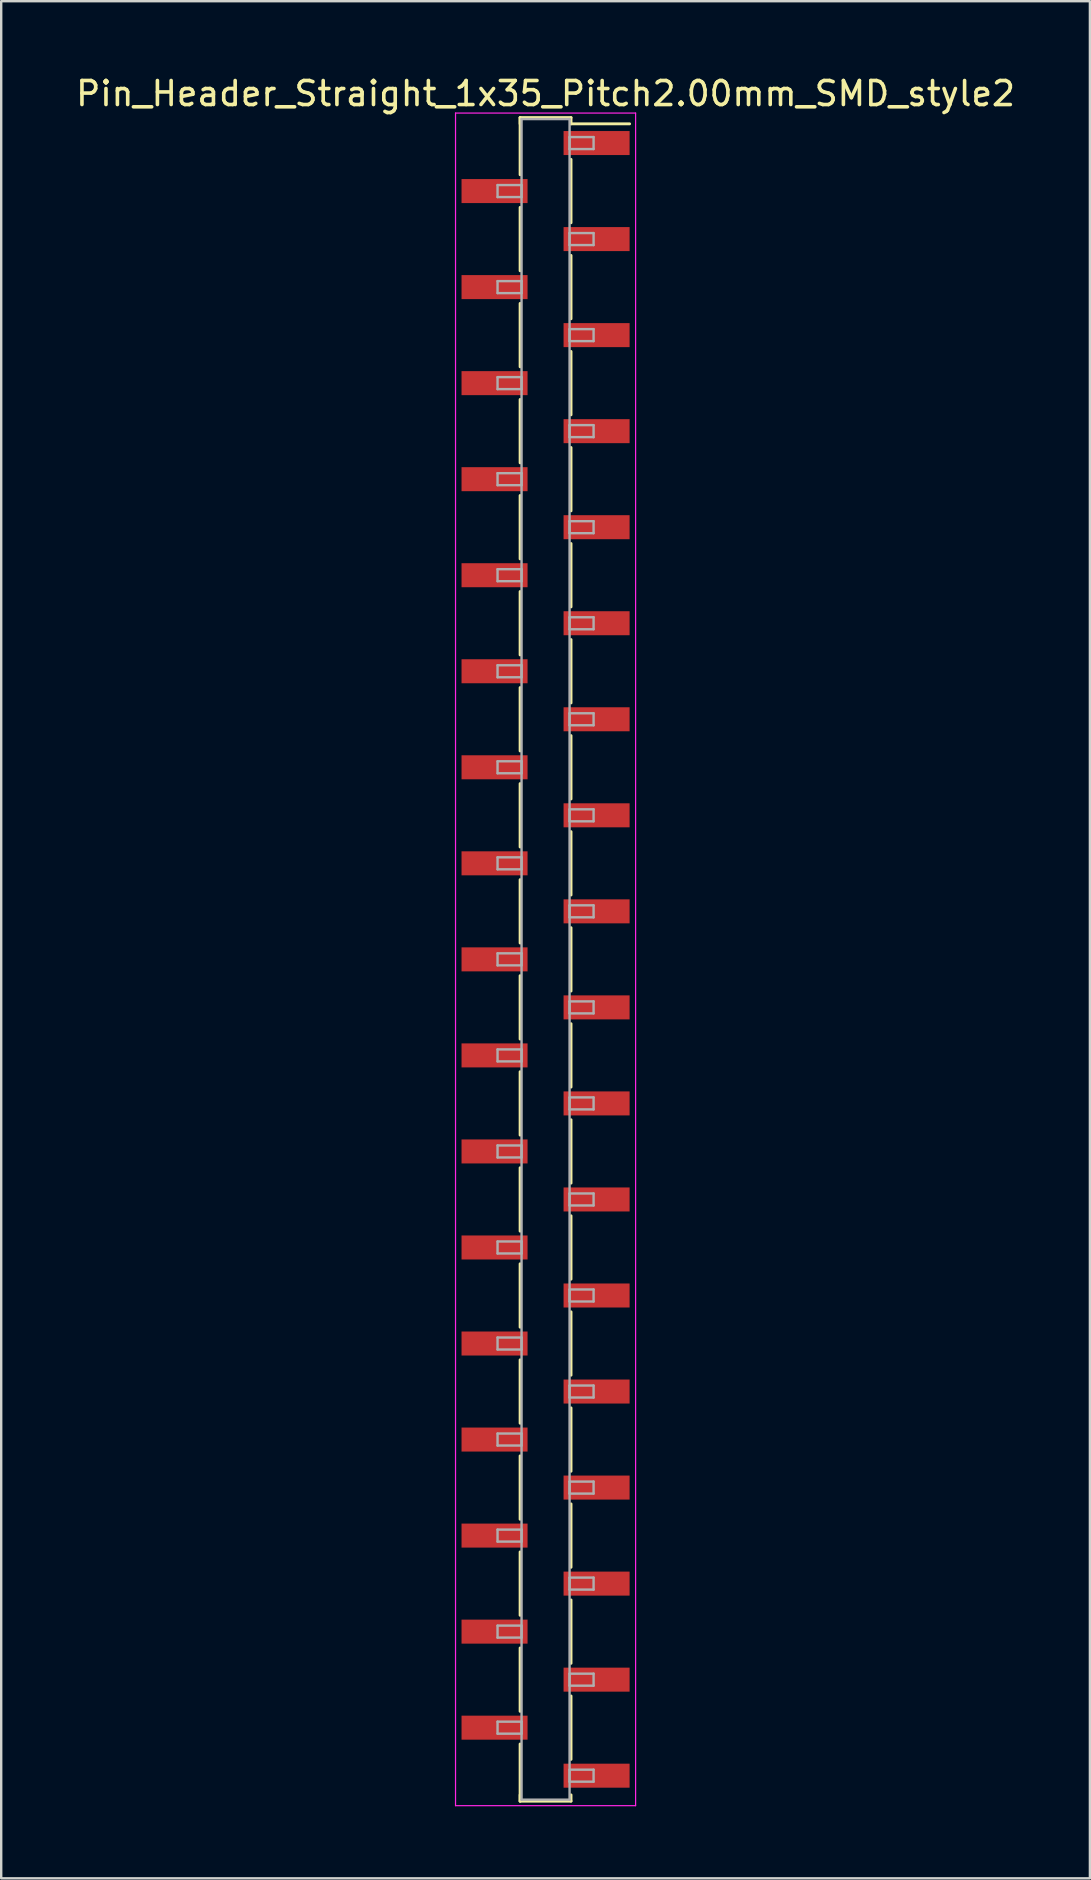
<source format=kicad_pcb>
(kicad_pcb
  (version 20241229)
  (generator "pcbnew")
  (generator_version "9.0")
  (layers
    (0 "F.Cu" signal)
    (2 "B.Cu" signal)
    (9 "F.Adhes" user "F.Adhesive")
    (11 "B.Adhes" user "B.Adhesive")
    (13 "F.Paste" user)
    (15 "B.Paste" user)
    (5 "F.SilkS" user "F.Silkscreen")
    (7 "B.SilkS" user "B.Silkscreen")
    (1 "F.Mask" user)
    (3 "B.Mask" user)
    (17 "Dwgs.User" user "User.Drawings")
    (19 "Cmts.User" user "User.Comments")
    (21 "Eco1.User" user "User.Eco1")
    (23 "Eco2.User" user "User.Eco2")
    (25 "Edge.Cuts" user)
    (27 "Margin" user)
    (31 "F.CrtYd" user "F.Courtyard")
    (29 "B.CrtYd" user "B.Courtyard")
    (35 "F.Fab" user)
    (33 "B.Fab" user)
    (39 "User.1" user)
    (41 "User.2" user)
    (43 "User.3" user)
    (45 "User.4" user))
  (footprint "Pin_Header_Straight_1x35_Pitch2.00mm_SMD_style2"
    (layer "F.Cu")
    (at 19.673 36.908)
    (property "Reference" "Pin_Header_Straight_1x35_Pitch2.00mm_SMD_style2" (at 0 -36.06 0) (layer "F.SilkS") (effects (font (size 1 1) (thickness 0.15))))
    (attr smd)
    (fp_line (start -1.06 -35.06) (end -1.06 -32.68) (stroke (width 0.12) (type solid)) (layer "F.SilkS"))
    (fp_line (start -1.06 -35.06) (end 1.06 -35.06) (stroke (width 0.12) (type solid)) (layer "F.SilkS"))
    (fp_line (start -1.06 -34.8) (end -1.06 -35.06) (stroke (width 0.12) (type solid)) (layer "F.SilkS"))
    (fp_line (start -1.06 -31.32) (end -1.06 -28.68) (stroke (width 0.12) (type solid)) (layer "F.SilkS"))
    (fp_line (start -1.06 -27.32) (end -1.06 -24.68) (stroke (width 0.12) (type solid)) (layer "F.SilkS"))
    (fp_line (start -1.06 -23.32) (end -1.06 -20.68) (stroke (width 0.12) (type solid)) (layer "F.SilkS"))
    (fp_line (start -1.06 -19.32) (end -1.06 -16.68) (stroke (width 0.12) (type solid)) (layer "F.SilkS"))
    (fp_line (start -1.06 -15.32) (end -1.06 -12.68) (stroke (width 0.12) (type solid)) (layer "F.SilkS"))
    (fp_line (start -1.06 -11.32) (end -1.06 -8.68) (stroke (width 0.12) (type solid)) (layer "F.SilkS"))
    (fp_line (start -1.06 -7.32) (end -1.06 -4.68) (stroke (width 0.12) (type solid)) (layer "F.SilkS"))
    (fp_line (start -1.06 -3.32) (end -1.06 -0.68) (stroke (width 0.12) (type solid)) (layer "F.SilkS"))
    (fp_line (start -1.06 0.68) (end -1.06 3.32) (stroke (width 0.12) (type solid)) (layer "F.SilkS"))
    (fp_line (start -1.06 4.68) (end -1.06 7.32) (stroke (width 0.12) (type solid)) (layer "F.SilkS"))
    (fp_line (start -1.06 8.68) (end -1.06 11.32) (stroke (width 0.12) (type solid)) (layer "F.SilkS"))
    (fp_line (start -1.06 12.68) (end -1.06 15.32) (stroke (width 0.12) (type solid)) (layer "F.SilkS"))
    (fp_line (start -1.06 16.68) (end -1.06 19.32) (stroke (width 0.12) (type solid)) (layer "F.SilkS"))
    (fp_line (start -1.06 20.68) (end -1.06 23.32) (stroke (width 0.12) (type solid)) (layer "F.SilkS"))
    (fp_line (start -1.06 24.68) (end -1.06 27.32) (stroke (width 0.12) (type solid)) (layer "F.SilkS"))
    (fp_line (start -1.06 28.68) (end -1.06 31.32) (stroke (width 0.12) (type solid)) (layer "F.SilkS"))
    (fp_line (start -1.06 32.68) (end -1.06 35.06) (stroke (width 0.12) (type solid)) (layer "F.SilkS"))
    (fp_line (start -1.06 34.8) (end -1.06 35.06) (stroke (width 0.12) (type solid)) (layer "F.SilkS"))
    (fp_line (start -1.06 35.06) (end 1.06 35.06) (stroke (width 0.12) (type solid)) (layer "F.SilkS"))
    (fp_line (start 1.06 -35.06) (end 1.06 -34.8) (stroke (width 0.12) (type solid)) (layer "F.SilkS"))
    (fp_line (start 1.06 -34.8) (end 3.5 -34.8) (stroke (width 0.12) (type solid)) (layer "F.SilkS"))
    (fp_line (start 1.06 -33.32) (end 1.06 -30.68) (stroke (width 0.12) (type solid)) (layer "F.SilkS"))
    (fp_line (start 1.06 -29.32) (end 1.06 -26.68) (stroke (width 0.12) (type solid)) (layer "F.SilkS"))
    (fp_line (start 1.06 -25.32) (end 1.06 -22.68) (stroke (width 0.12) (type solid)) (layer "F.SilkS"))
    (fp_line (start 1.06 -21.32) (end 1.06 -18.68) (stroke (width 0.12) (type solid)) (layer "F.SilkS"))
    (fp_line (start 1.06 -17.32) (end 1.06 -14.68) (stroke (width 0.12) (type solid)) (layer "F.SilkS"))
    (fp_line (start 1.06 -13.32) (end 1.06 -10.68) (stroke (width 0.12) (type solid)) (layer "F.SilkS"))
    (fp_line (start 1.06 -9.32) (end 1.06 -6.68) (stroke (width 0.12) (type solid)) (layer "F.SilkS"))
    (fp_line (start 1.06 -5.32) (end 1.06 -2.68) (stroke (width 0.12) (type solid)) (layer "F.SilkS"))
    (fp_line (start 1.06 -1.32) (end 1.06 1.32) (stroke (width 0.12) (type solid)) (layer "F.SilkS"))
    (fp_line (start 1.06 2.68) (end 1.06 5.32) (stroke (width 0.12) (type solid)) (layer "F.SilkS"))
    (fp_line (start 1.06 6.68) (end 1.06 9.32) (stroke (width 0.12) (type solid)) (layer "F.SilkS"))
    (fp_line (start 1.06 10.68) (end 1.06 13.32) (stroke (width 0.12) (type solid)) (layer "F.SilkS"))
    (fp_line (start 1.06 14.68) (end 1.06 17.32) (stroke (width 0.12) (type solid)) (layer "F.SilkS"))
    (fp_line (start 1.06 18.68) (end 1.06 21.32) (stroke (width 0.12) (type solid)) (layer "F.SilkS"))
    (fp_line (start 1.06 22.68) (end 1.06 25.32) (stroke (width 0.12) (type solid)) (layer "F.SilkS"))
    (fp_line (start 1.06 26.68) (end 1.06 29.32) (stroke (width 0.12) (type solid)) (layer "F.SilkS"))
    (fp_line (start 1.06 30.68) (end 1.06 33.32) (stroke (width 0.12) (type solid)) (layer "F.SilkS"))
    (fp_line (start 1.06 35.06) (end 1.06 34.8) (stroke (width 0.12) (type solid)) (layer "F.SilkS"))
    (fp_line (start -3.75 -35.25) (end -3.75 35.25) (stroke (width 0.05) (type solid)) (layer "F.CrtYd"))
    (fp_line (start -3.75 35.25) (end 3.75 35.25) (stroke (width 0.05) (type solid)) (layer "F.CrtYd"))
    (fp_line (start 3.75 -35.25) (end -3.75 -35.25) (stroke (width 0.05) (type solid)) (layer "F.CrtYd"))
    (fp_line (start 3.75 35.25) (end 3.75 -35.25) (stroke (width 0.05) (type solid)) (layer "F.CrtYd"))
    (fp_line (start -2 -32.25) (end -1 -32.25) (stroke (width 0.1) (type solid)) (layer "F.Fab"))
    (fp_line (start -2 -31.75) (end -2 -32.25) (stroke (width 0.1) (type solid)) (layer "F.Fab"))
    (fp_line (start -2 -28.25) (end -1 -28.25) (stroke (width 0.1) (type solid)) (layer "F.Fab"))
    (fp_line (start -2 -27.75) (end -2 -28.25) (stroke (width 0.1) (type solid)) (layer "F.Fab"))
    (fp_line (start -2 -24.25) (end -1 -24.25) (stroke (width 0.1) (type solid)) (layer "F.Fab"))
    (fp_line (start -2 -23.75) (end -2 -24.25) (stroke (width 0.1) (type solid)) (layer "F.Fab"))
    (fp_line (start -2 -20.25) (end -1 -20.25) (stroke (width 0.1) (type solid)) (layer "F.Fab"))
    (fp_line (start -2 -19.75) (end -2 -20.25) (stroke (width 0.1) (type solid)) (layer "F.Fab"))
    (fp_line (start -2 -16.25) (end -1 -16.25) (stroke (width 0.1) (type solid)) (layer "F.Fab"))
    (fp_line (start -2 -15.75) (end -2 -16.25) (stroke (width 0.1) (type solid)) (layer "F.Fab"))
    (fp_line (start -2 -12.25) (end -1 -12.25) (stroke (width 0.1) (type solid)) (layer "F.Fab"))
    (fp_line (start -2 -11.75) (end -2 -12.25) (stroke (width 0.1) (type solid)) (layer "F.Fab"))
    (fp_line (start -2 -8.25) (end -1 -8.25) (stroke (width 0.1) (type solid)) (layer "F.Fab"))
    (fp_line (start -2 -7.75) (end -2 -8.25) (stroke (width 0.1) (type solid)) (layer "F.Fab"))
    (fp_line (start -2 -4.25) (end -1 -4.25) (stroke (width 0.1) (type solid)) (layer "F.Fab"))
    (fp_line (start -2 -3.75) (end -2 -4.25) (stroke (width 0.1) (type solid)) (layer "F.Fab"))
    (fp_line (start -2 -0.25) (end -1 -0.25) (stroke (width 0.1) (type solid)) (layer "F.Fab"))
    (fp_line (start -2 0.25) (end -2 -0.25) (stroke (width 0.1) (type solid)) (layer "F.Fab"))
    (fp_line (start -2 3.75) (end -1 3.75) (stroke (width 0.1) (type solid)) (layer "F.Fab"))
    (fp_line (start -2 4.25) (end -2 3.75) (stroke (width 0.1) (type solid)) (layer "F.Fab"))
    (fp_line (start -2 7.75) (end -1 7.75) (stroke (width 0.1) (type solid)) (layer "F.Fab"))
    (fp_line (start -2 8.25) (end -2 7.75) (stroke (width 0.1) (type solid)) (layer "F.Fab"))
    (fp_line (start -2 11.75) (end -1 11.75) (stroke (width 0.1) (type solid)) (layer "F.Fab"))
    (fp_line (start -2 12.25) (end -2 11.75) (stroke (width 0.1) (type solid)) (layer "F.Fab"))
    (fp_line (start -2 15.75) (end -1 15.75) (stroke (width 0.1) (type solid)) (layer "F.Fab"))
    (fp_line (start -2 16.25) (end -2 15.75) (stroke (width 0.1) (type solid)) (layer "F.Fab"))
    (fp_line (start -2 19.75) (end -1 19.75) (stroke (width 0.1) (type solid)) (layer "F.Fab"))
    (fp_line (start -2 20.25) (end -2 19.75) (stroke (width 0.1) (type solid)) (layer "F.Fab"))
    (fp_line (start -2 23.75) (end -1 23.75) (stroke (width 0.1) (type solid)) (layer "F.Fab"))
    (fp_line (start -2 24.25) (end -2 23.75) (stroke (width 0.1) (type solid)) (layer "F.Fab"))
    (fp_line (start -2 27.75) (end -1 27.75) (stroke (width 0.1) (type solid)) (layer "F.Fab"))
    (fp_line (start -2 28.25) (end -2 27.75) (stroke (width 0.1) (type solid)) (layer "F.Fab"))
    (fp_line (start -2 31.75) (end -1 31.75) (stroke (width 0.1) (type solid)) (layer "F.Fab"))
    (fp_line (start -2 32.25) (end -2 31.75) (stroke (width 0.1) (type solid)) (layer "F.Fab"))
    (fp_line (start -1 -35) (end -1 35) (stroke (width 0.1) (type solid)) (layer "F.Fab"))
    (fp_line (start -1 -32.25) (end -1 -31.75) (stroke (width 0.1) (type solid)) (layer "F.Fab"))
    (fp_line (start -1 -31.75) (end -2 -31.75) (stroke (width 0.1) (type solid)) (layer "F.Fab"))
    (fp_line (start -1 -28.25) (end -1 -27.75) (stroke (width 0.1) (type solid)) (layer "F.Fab"))
    (fp_line (start -1 -27.75) (end -2 -27.75) (stroke (width 0.1) (type solid)) (layer "F.Fab"))
    (fp_line (start -1 -24.25) (end -1 -23.75) (stroke (width 0.1) (type solid)) (layer "F.Fab"))
    (fp_line (start -1 -23.75) (end -2 -23.75) (stroke (width 0.1) (type solid)) (layer "F.Fab"))
    (fp_line (start -1 -20.25) (end -1 -19.75) (stroke (width 0.1) (type solid)) (layer "F.Fab"))
    (fp_line (start -1 -19.75) (end -2 -19.75) (stroke (width 0.1) (type solid)) (layer "F.Fab"))
    (fp_line (start -1 -16.25) (end -1 -15.75) (stroke (width 0.1) (type solid)) (layer "F.Fab"))
    (fp_line (start -1 -15.75) (end -2 -15.75) (stroke (width 0.1) (type solid)) (layer "F.Fab"))
    (fp_line (start -1 -12.25) (end -1 -11.75) (stroke (width 0.1) (type solid)) (layer "F.Fab"))
    (fp_line (start -1 -11.75) (end -2 -11.75) (stroke (width 0.1) (type solid)) (layer "F.Fab"))
    (fp_line (start -1 -8.25) (end -1 -7.75) (stroke (width 0.1) (type solid)) (layer "F.Fab"))
    (fp_line (start -1 -7.75) (end -2 -7.75) (stroke (width 0.1) (type solid)) (layer "F.Fab"))
    (fp_line (start -1 -4.25) (end -1 -3.75) (stroke (width 0.1) (type solid)) (layer "F.Fab"))
    (fp_line (start -1 -3.75) (end -2 -3.75) (stroke (width 0.1) (type solid)) (layer "F.Fab"))
    (fp_line (start -1 -0.25) (end -1 0.25) (stroke (width 0.1) (type solid)) (layer "F.Fab"))
    (fp_line (start -1 0.25) (end -2 0.25) (stroke (width 0.1) (type solid)) (layer "F.Fab"))
    (fp_line (start -1 3.75) (end -1 4.25) (stroke (width 0.1) (type solid)) (layer "F.Fab"))
    (fp_line (start -1 4.25) (end -2 4.25) (stroke (width 0.1) (type solid)) (layer "F.Fab"))
    (fp_line (start -1 7.75) (end -1 8.25) (stroke (width 0.1) (type solid)) (layer "F.Fab"))
    (fp_line (start -1 8.25) (end -2 8.25) (stroke (width 0.1) (type solid)) (layer "F.Fab"))
    (fp_line (start -1 11.75) (end -1 12.25) (stroke (width 0.1) (type solid)) (layer "F.Fab"))
    (fp_line (start -1 12.25) (end -2 12.25) (stroke (width 0.1) (type solid)) (layer "F.Fab"))
    (fp_line (start -1 15.75) (end -1 16.25) (stroke (width 0.1) (type solid)) (layer "F.Fab"))
    (fp_line (start -1 16.25) (end -2 16.25) (stroke (width 0.1) (type solid)) (layer "F.Fab"))
    (fp_line (start -1 19.75) (end -1 20.25) (stroke (width 0.1) (type solid)) (layer "F.Fab"))
    (fp_line (start -1 20.25) (end -2 20.25) (stroke (width 0.1) (type solid)) (layer "F.Fab"))
    (fp_line (start -1 23.75) (end -1 24.25) (stroke (width 0.1) (type solid)) (layer "F.Fab"))
    (fp_line (start -1 24.25) (end -2 24.25) (stroke (width 0.1) (type solid)) (layer "F.Fab"))
    (fp_line (start -1 27.75) (end -1 28.25) (stroke (width 0.1) (type solid)) (layer "F.Fab"))
    (fp_line (start -1 28.25) (end -2 28.25) (stroke (width 0.1) (type solid)) (layer "F.Fab"))
    (fp_line (start -1 31.75) (end -1 32.25) (stroke (width 0.1) (type solid)) (layer "F.Fab"))
    (fp_line (start -1 32.25) (end -2 32.25) (stroke (width 0.1) (type solid)) (layer "F.Fab"))
    (fp_line (start -1 35) (end 1 35) (stroke (width 0.1) (type solid)) (layer "F.Fab"))
    (fp_line (start 1 -35) (end -1 -35) (stroke (width 0.1) (type solid)) (layer "F.Fab"))
    (fp_line (start 1 -34.25) (end 1 -33.75) (stroke (width 0.1) (type solid)) (layer "F.Fab"))
    (fp_line (start 1 -33.75) (end 2 -33.75) (stroke (width 0.1) (type solid)) (layer "F.Fab"))
    (fp_line (start 1 -30.25) (end 1 -29.75) (stroke (width 0.1) (type solid)) (layer "F.Fab"))
    (fp_line (start 1 -29.75) (end 2 -29.75) (stroke (width 0.1) (type solid)) (layer "F.Fab"))
    (fp_line (start 1 -26.25) (end 1 -25.75) (stroke (width 0.1) (type solid)) (layer "F.Fab"))
    (fp_line (start 1 -25.75) (end 2 -25.75) (stroke (width 0.1) (type solid)) (layer "F.Fab"))
    (fp_line (start 1 -22.25) (end 1 -21.75) (stroke (width 0.1) (type solid)) (layer "F.Fab"))
    (fp_line (start 1 -21.75) (end 2 -21.75) (stroke (width 0.1) (type solid)) (layer "F.Fab"))
    (fp_line (start 1 -18.25) (end 1 -17.75) (stroke (width 0.1) (type solid)) (layer "F.Fab"))
    (fp_line (start 1 -17.75) (end 2 -17.75) (stroke (width 0.1) (type solid)) (layer "F.Fab"))
    (fp_line (start 1 -14.25) (end 1 -13.75) (stroke (width 0.1) (type solid)) (layer "F.Fab"))
    (fp_line (start 1 -13.75) (end 2 -13.75) (stroke (width 0.1) (type solid)) (layer "F.Fab"))
    (fp_line (start 1 -10.25) (end 1 -9.75) (stroke (width 0.1) (type solid)) (layer "F.Fab"))
    (fp_line (start 1 -9.75) (end 2 -9.75) (stroke (width 0.1) (type solid)) (layer "F.Fab"))
    (fp_line (start 1 -6.25) (end 1 -5.75) (stroke (width 0.1) (type solid)) (layer "F.Fab"))
    (fp_line (start 1 -5.75) (end 2 -5.75) (stroke (width 0.1) (type solid)) (layer "F.Fab"))
    (fp_line (start 1 -2.25) (end 1 -1.75) (stroke (width 0.1) (type solid)) (layer "F.Fab"))
    (fp_line (start 1 -1.75) (end 2 -1.75) (stroke (width 0.1) (type solid)) (layer "F.Fab"))
    (fp_line (start 1 1.75) (end 1 2.25) (stroke (width 0.1) (type solid)) (layer "F.Fab"))
    (fp_line (start 1 2.25) (end 2 2.25) (stroke (width 0.1) (type solid)) (layer "F.Fab"))
    (fp_line (start 1 5.75) (end 1 6.25) (stroke (width 0.1) (type solid)) (layer "F.Fab"))
    (fp_line (start 1 6.25) (end 2 6.25) (stroke (width 0.1) (type solid)) (layer "F.Fab"))
    (fp_line (start 1 9.75) (end 1 10.25) (stroke (width 0.1) (type solid)) (layer "F.Fab"))
    (fp_line (start 1 10.25) (end 2 10.25) (stroke (width 0.1) (type solid)) (layer "F.Fab"))
    (fp_line (start 1 13.75) (end 1 14.25) (stroke (width 0.1) (type solid)) (layer "F.Fab"))
    (fp_line (start 1 14.25) (end 2 14.25) (stroke (width 0.1) (type solid)) (layer "F.Fab"))
    (fp_line (start 1 17.75) (end 1 18.25) (stroke (width 0.1) (type solid)) (layer "F.Fab"))
    (fp_line (start 1 18.25) (end 2 18.25) (stroke (width 0.1) (type solid)) (layer "F.Fab"))
    (fp_line (start 1 21.75) (end 1 22.25) (stroke (width 0.1) (type solid)) (layer "F.Fab"))
    (fp_line (start 1 22.25) (end 2 22.25) (stroke (width 0.1) (type solid)) (layer "F.Fab"))
    (fp_line (start 1 25.75) (end 1 26.25) (stroke (width 0.1) (type solid)) (layer "F.Fab"))
    (fp_line (start 1 26.25) (end 2 26.25) (stroke (width 0.1) (type solid)) (layer "F.Fab"))
    (fp_line (start 1 29.75) (end 1 30.25) (stroke (width 0.1) (type solid)) (layer "F.Fab"))
    (fp_line (start 1 30.25) (end 2 30.25) (stroke (width 0.1) (type solid)) (layer "F.Fab"))
    (fp_line (start 1 33.75) (end 1 34.25) (stroke (width 0.1) (type solid)) (layer "F.Fab"))
    (fp_line (start 1 34.25) (end 2 34.25) (stroke (width 0.1) (type solid)) (layer "F.Fab"))
    (fp_line (start 1 35) (end 1 -35) (stroke (width 0.1) (type solid)) (layer "F.Fab"))
    (fp_line (start 2 -34.25) (end 1 -34.25) (stroke (width 0.1) (type solid)) (layer "F.Fab"))
    (fp_line (start 2 -33.75) (end 2 -34.25) (stroke (width 0.1) (type solid)) (layer "F.Fab"))
    (fp_line (start 2 -30.25) (end 1 -30.25) (stroke (width 0.1) (type solid)) (layer "F.Fab"))
    (fp_line (start 2 -29.75) (end 2 -30.25) (stroke (width 0.1) (type solid)) (layer "F.Fab"))
    (fp_line (start 2 -26.25) (end 1 -26.25) (stroke (width 0.1) (type solid)) (layer "F.Fab"))
    (fp_line (start 2 -25.75) (end 2 -26.25) (stroke (width 0.1) (type solid)) (layer "F.Fab"))
    (fp_line (start 2 -22.25) (end 1 -22.25) (stroke (width 0.1) (type solid)) (layer "F.Fab"))
    (fp_line (start 2 -21.75) (end 2 -22.25) (stroke (width 0.1) (type solid)) (layer "F.Fab"))
    (fp_line (start 2 -18.25) (end 1 -18.25) (stroke (width 0.1) (type solid)) (layer "F.Fab"))
    (fp_line (start 2 -17.75) (end 2 -18.25) (stroke (width 0.1) (type solid)) (layer "F.Fab"))
    (fp_line (start 2 -14.25) (end 1 -14.25) (stroke (width 0.1) (type solid)) (layer "F.Fab"))
    (fp_line (start 2 -13.75) (end 2 -14.25) (stroke (width 0.1) (type solid)) (layer "F.Fab"))
    (fp_line (start 2 -10.25) (end 1 -10.25) (stroke (width 0.1) (type solid)) (layer "F.Fab"))
    (fp_line (start 2 -9.75) (end 2 -10.25) (stroke (width 0.1) (type solid)) (layer "F.Fab"))
    (fp_line (start 2 -6.25) (end 1 -6.25) (stroke (width 0.1) (type solid)) (layer "F.Fab"))
    (fp_line (start 2 -5.75) (end 2 -6.25) (stroke (width 0.1) (type solid)) (layer "F.Fab"))
    (fp_line (start 2 -2.25) (end 1 -2.25) (stroke (width 0.1) (type solid)) (layer "F.Fab"))
    (fp_line (start 2 -1.75) (end 2 -2.25) (stroke (width 0.1) (type solid)) (layer "F.Fab"))
    (fp_line (start 2 1.75) (end 1 1.75) (stroke (width 0.1) (type solid)) (layer "F.Fab"))
    (fp_line (start 2 2.25) (end 2 1.75) (stroke (width 0.1) (type solid)) (layer "F.Fab"))
    (fp_line (start 2 5.75) (end 1 5.75) (stroke (width 0.1) (type solid)) (layer "F.Fab"))
    (fp_line (start 2 6.25) (end 2 5.75) (stroke (width 0.1) (type solid)) (layer "F.Fab"))
    (fp_line (start 2 9.75) (end 1 9.75) (stroke (width 0.1) (type solid)) (layer "F.Fab"))
    (fp_line (start 2 10.25) (end 2 9.75) (stroke (width 0.1) (type solid)) (layer "F.Fab"))
    (fp_line (start 2 13.75) (end 1 13.75) (stroke (width 0.1) (type solid)) (layer "F.Fab"))
    (fp_line (start 2 14.25) (end 2 13.75) (stroke (width 0.1) (type solid)) (layer "F.Fab"))
    (fp_line (start 2 17.75) (end 1 17.75) (stroke (width 0.1) (type solid)) (layer "F.Fab"))
    (fp_line (start 2 18.25) (end 2 17.75) (stroke (width 0.1) (type solid)) (layer "F.Fab"))
    (fp_line (start 2 21.75) (end 1 21.75) (stroke (width 0.1) (type solid)) (layer "F.Fab"))
    (fp_line (start 2 22.25) (end 2 21.75) (stroke (width 0.1) (type solid)) (layer "F.Fab"))
    (fp_line (start 2 25.75) (end 1 25.75) (stroke (width 0.1) (type solid)) (layer "F.Fab"))
    (fp_line (start 2 26.25) (end 2 25.75) (stroke (width 0.1) (type solid)) (layer "F.Fab"))
    (fp_line (start 2 29.75) (end 1 29.75) (stroke (width 0.1) (type solid)) (layer "F.Fab"))
    (fp_line (start 2 30.25) (end 2 29.75) (stroke (width 0.1) (type solid)) (layer "F.Fab"))
    (fp_line (start 2 33.75) (end 1 33.75) (stroke (width 0.1) (type solid)) (layer "F.Fab"))
    (fp_line (start 2 34.25) (end 2 33.75) (stroke (width 0.1) (type solid)) (layer "F.Fab"))
    (pad "1" smd rect (at 2.125 -34) (size 2.75 1) (layers "F.Cu" "F.Mask"))
    (pad "2" smd rect (at -2.125 -32) (size 2.75 1) (layers "F.Cu" "F.Mask"))
    (pad "3" smd rect (at 2.125 -30) (size 2.75 1) (layers "F.Cu" "F.Mask"))
    (pad "4" smd rect (at -2.125 -28) (size 2.75 1) (layers "F.Cu" "F.Mask"))
    (pad "5" smd rect (at 2.125 -26) (size 2.75 1) (layers "F.Cu" "F.Mask"))
    (pad "6" smd rect (at -2.125 -24) (size 2.75 1) (layers "F.Cu" "F.Mask"))
    (pad "7" smd rect (at 2.125 -22) (size 2.75 1) (layers "F.Cu" "F.Mask"))
    (pad "8" smd rect (at -2.125 -20) (size 2.75 1) (layers "F.Cu" "F.Mask"))
    (pad "9" smd rect (at 2.125 -18) (size 2.75 1) (layers "F.Cu" "F.Mask"))
    (pad "10" smd rect (at -2.125 -16) (size 2.75 1) (layers "F.Cu" "F.Mask"))
    (pad "11" smd rect (at 2.125 -14) (size 2.75 1) (layers "F.Cu" "F.Mask"))
    (pad "12" smd rect (at -2.125 -12) (size 2.75 1) (layers "F.Cu" "F.Mask"))
    (pad "13" smd rect (at 2.125 -10) (size 2.75 1) (layers "F.Cu" "F.Mask"))
    (pad "14" smd rect (at -2.125 -8) (size 2.75 1) (layers "F.Cu" "F.Mask"))
    (pad "15" smd rect (at 2.125 -6) (size 2.75 1) (layers "F.Cu" "F.Mask"))
    (pad "16" smd rect (at -2.125 -4) (size 2.75 1) (layers "F.Cu" "F.Mask"))
    (pad "17" smd rect (at 2.125 -2) (size 2.75 1) (layers "F.Cu" "F.Mask"))
    (pad "18" smd rect (at -2.125 0) (size 2.75 1) (layers "F.Cu" "F.Mask"))
    (pad "19" smd rect (at 2.125 2) (size 2.75 1) (layers "F.Cu" "F.Mask"))
    (pad "20" smd rect (at -2.125 4) (size 2.75 1) (layers "F.Cu" "F.Mask"))
    (pad "21" smd rect (at 2.125 6) (size 2.75 1) (layers "F.Cu" "F.Mask"))
    (pad "22" smd rect (at -2.125 8) (size 2.75 1) (layers "F.Cu" "F.Mask"))
    (pad "23" smd rect (at 2.125 10) (size 2.75 1) (layers "F.Cu" "F.Mask"))
    (pad "24" smd rect (at -2.125 12) (size 2.75 1) (layers "F.Cu" "F.Mask"))
    (pad "25" smd rect (at 2.125 14) (size 2.75 1) (layers "F.Cu" "F.Mask"))
    (pad "26" smd rect (at -2.125 16) (size 2.75 1) (layers "F.Cu" "F.Mask"))
    (pad "27" smd rect (at 2.125 18) (size 2.75 1) (layers "F.Cu" "F.Mask"))
    (pad "28" smd rect (at -2.125 20) (size 2.75 1) (layers "F.Cu" "F.Mask"))
    (pad "29" smd rect (at 2.125 22) (size 2.75 1) (layers "F.Cu" "F.Mask"))
    (pad "30" smd rect (at -2.125 24) (size 2.75 1) (layers "F.Cu" "F.Mask"))
    (pad "31" smd rect (at 2.125 26) (size 2.75 1) (layers "F.Cu" "F.Mask"))
    (pad "32" smd rect (at -2.125 28) (size 2.75 1) (layers "F.Cu" "F.Mask"))
    (pad "33" smd rect (at 2.125 30) (size 2.75 1) (layers "F.Cu" "F.Mask"))
    (pad "34" smd rect (at -2.125 32) (size 2.75 1) (layers "F.Cu" "F.Mask"))
    (pad "35" smd rect (at 2.125 34) (size 2.75 1) (layers "F.Cu" "F.Mask")))
  (gr_rect
    (start -3 -3)
    (end 42.345 75.183)
    (stroke (width 0.1) (type default))
    (fill no)
    (layer "Edge.Cuts")))
</source>
